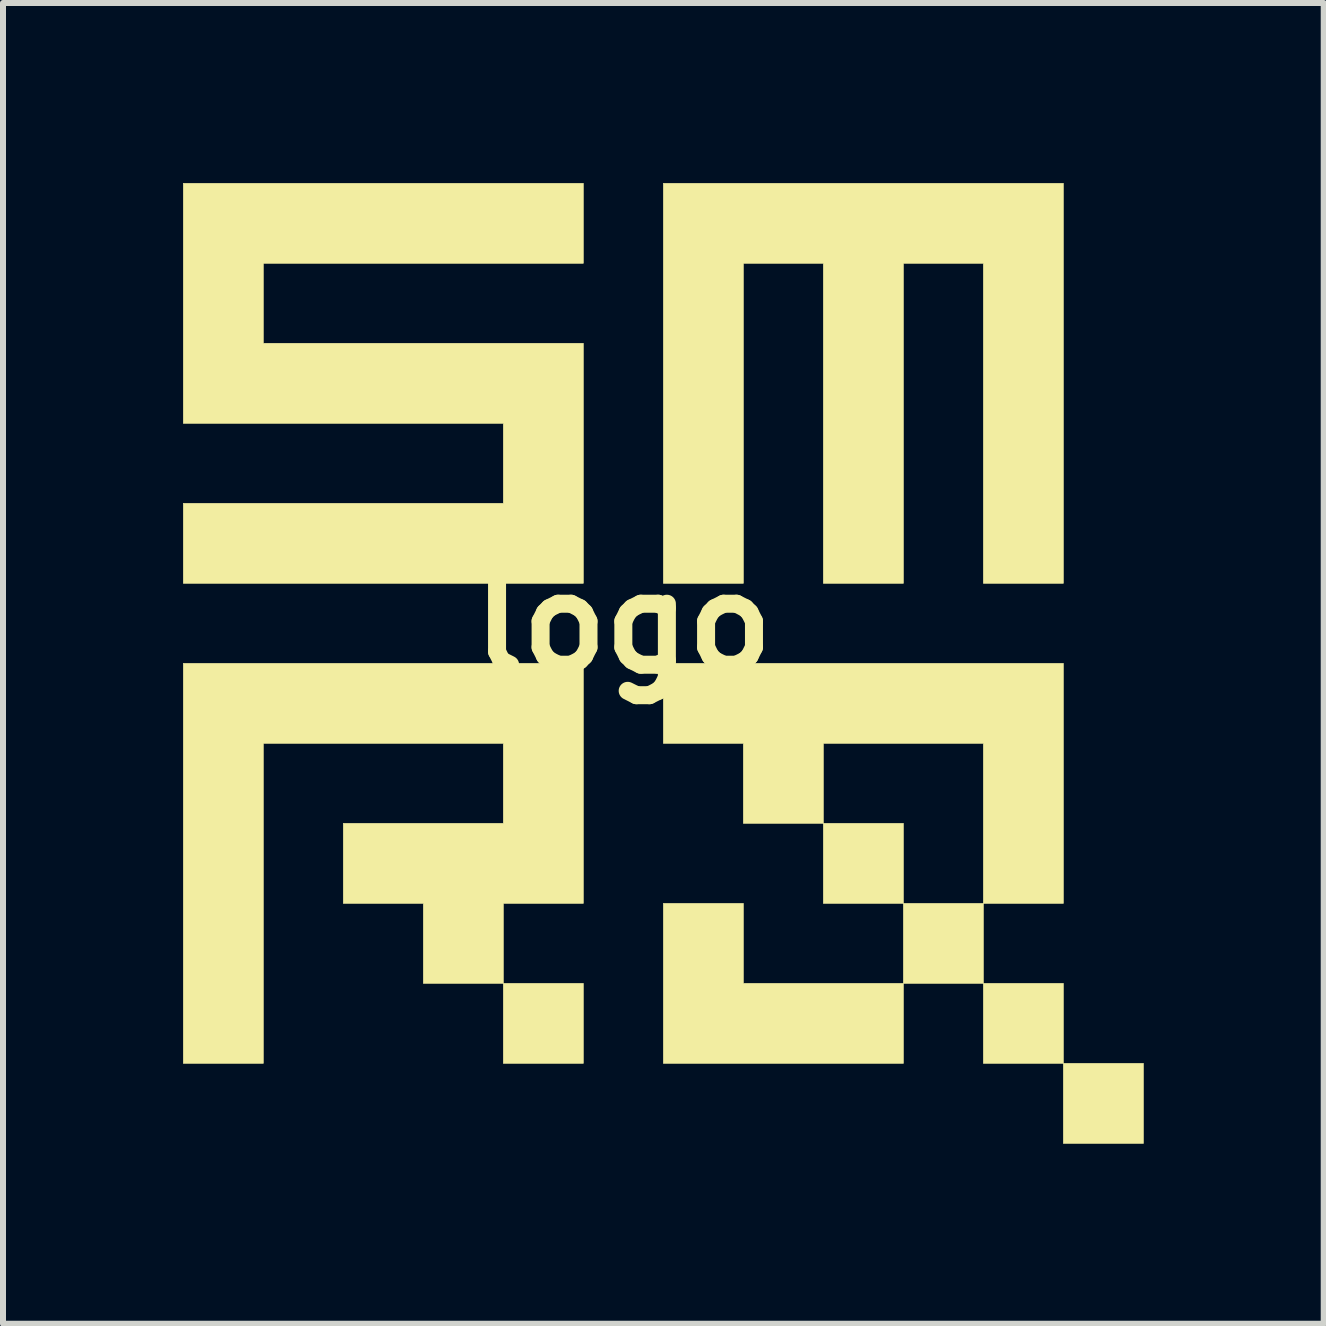
<source format=kicad_pcb>
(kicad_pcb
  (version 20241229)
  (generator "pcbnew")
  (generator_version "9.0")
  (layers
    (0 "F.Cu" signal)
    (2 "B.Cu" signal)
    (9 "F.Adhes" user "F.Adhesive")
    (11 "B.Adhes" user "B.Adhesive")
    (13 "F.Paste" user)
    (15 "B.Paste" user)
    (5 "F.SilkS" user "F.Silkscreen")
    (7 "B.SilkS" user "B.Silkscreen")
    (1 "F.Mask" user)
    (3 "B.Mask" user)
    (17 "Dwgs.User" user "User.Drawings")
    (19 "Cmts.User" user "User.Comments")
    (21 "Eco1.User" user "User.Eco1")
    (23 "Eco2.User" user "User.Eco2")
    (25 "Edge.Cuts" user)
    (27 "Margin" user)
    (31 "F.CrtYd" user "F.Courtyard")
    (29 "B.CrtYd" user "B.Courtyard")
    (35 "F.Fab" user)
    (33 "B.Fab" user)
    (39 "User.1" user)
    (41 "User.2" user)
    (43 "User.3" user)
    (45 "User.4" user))
  (footprint "logo"
    (layer "F.Cu")
    (at 7.338 7.338)
    (property "Reference" "logo" (at 0 0 0) (layer "F.SilkS") (effects (font (size 1.524 1.524) (thickness 0.3))))
    (attr through_hole)
    (fp_poly (pts (xy -0.667 7.333) (xy -2 7.333) (xy -2 6) (xy -0.667 6) (xy -0.667 7.333)) (stroke (width 0.01) (type solid)) (fill yes) (layer "F.SilkS"))
    (fp_poly (pts (xy 7.333 7.333) (xy 6 7.333) (xy 6 6) (xy 7.333 6) (xy 7.333 7.333)) (stroke (width 0.01) (type solid)) (fill yes) (layer "F.SilkS"))
    (fp_poly (pts (xy 8.667 8.667) (xy 7.333 8.667) (xy 7.333 7.333) (xy 8.667 7.333) (xy 8.667 8.667)) (stroke (width 0.01) (type solid)) (fill yes) (layer "F.SilkS"))
    (fp_poly (pts (xy 2 6) (xy 4.667 6) (xy 4.667 7.333) (xy 0.667 7.333) (xy 0.667 4.667) (xy 2 4.667) (xy 2 6)) (stroke (width 0.01) (type solid)) (fill yes) (layer "F.SilkS"))
    (fp_poly (pts (xy -0.667 -6) (xy -6 -6) (xy -6 -4.667) (xy -0.667 -4.667) (xy -0.667 -0.667) (xy -7.333 -0.667) (xy -7.333 -2) (xy -2 -2) (xy -2 -3.333) (xy -7.333 -3.333) (xy -7.333 -7.333) (xy -0.667 -7.333) (xy -0.667 -6)) (stroke (width 0.01) (type solid)) (fill yes) (layer "F.SilkS"))
    (fp_poly (pts (xy 7.333 -0.667) (xy 6 -0.667) (xy 6 -6) (xy 4.667 -6) (xy 4.667 -0.667) (xy 3.333 -0.667) (xy 3.333 -6) (xy 2 -6) (xy 2 -0.667) (xy 0.667 -0.667) (xy 0.667 -7.333) (xy 7.333 -7.333) (xy 7.333 -0.667)) (stroke (width 0.01) (type solid)) (fill yes) (layer "F.SilkS"))
    (fp_poly (pts (xy -0.667 4.667) (xy -2 4.667) (xy -2 6) (xy -3.333 6) (xy -3.333 4.667) (xy -4.667 4.667) (xy -4.667 3.333) (xy -2 3.333) (xy -2 2) (xy -6 2) (xy -6 7.333) (xy -7.333 7.333) (xy -7.333 0.667) (xy -0.667 0.667) (xy -0.667 4.667)) (stroke (width 0.01) (type solid)) (fill yes) (layer "F.SilkS"))
    (fp_poly (pts (xy 7.333 4.667) (xy 6 4.667) (xy 6 6) (xy 4.667 6) (xy 4.667 4.667) (xy 3.333 4.667) (xy 3.333 3.333) (xy 2 3.333) (xy 2 2) (xy 3.333 2) (xy 3.333 3.333) (xy 4.667 3.333) (xy 4.667 4.667) (xy 6 4.667) (xy 6 2) (xy 3.333 2) (xy 2 2) (xy 0.667 2) (xy 0.667 0.667) (xy 7.333 0.667) (xy 7.333 4.667)) (stroke (width 0.01) (type solid)) (fill yes) (layer "F.SilkS")))
  (gr_rect
    (start -3 -3)
    (end 19.01 19.01)
    (stroke (width 0.1) (type default))
    (fill no)
    (layer "Edge.Cuts")))
</source>
